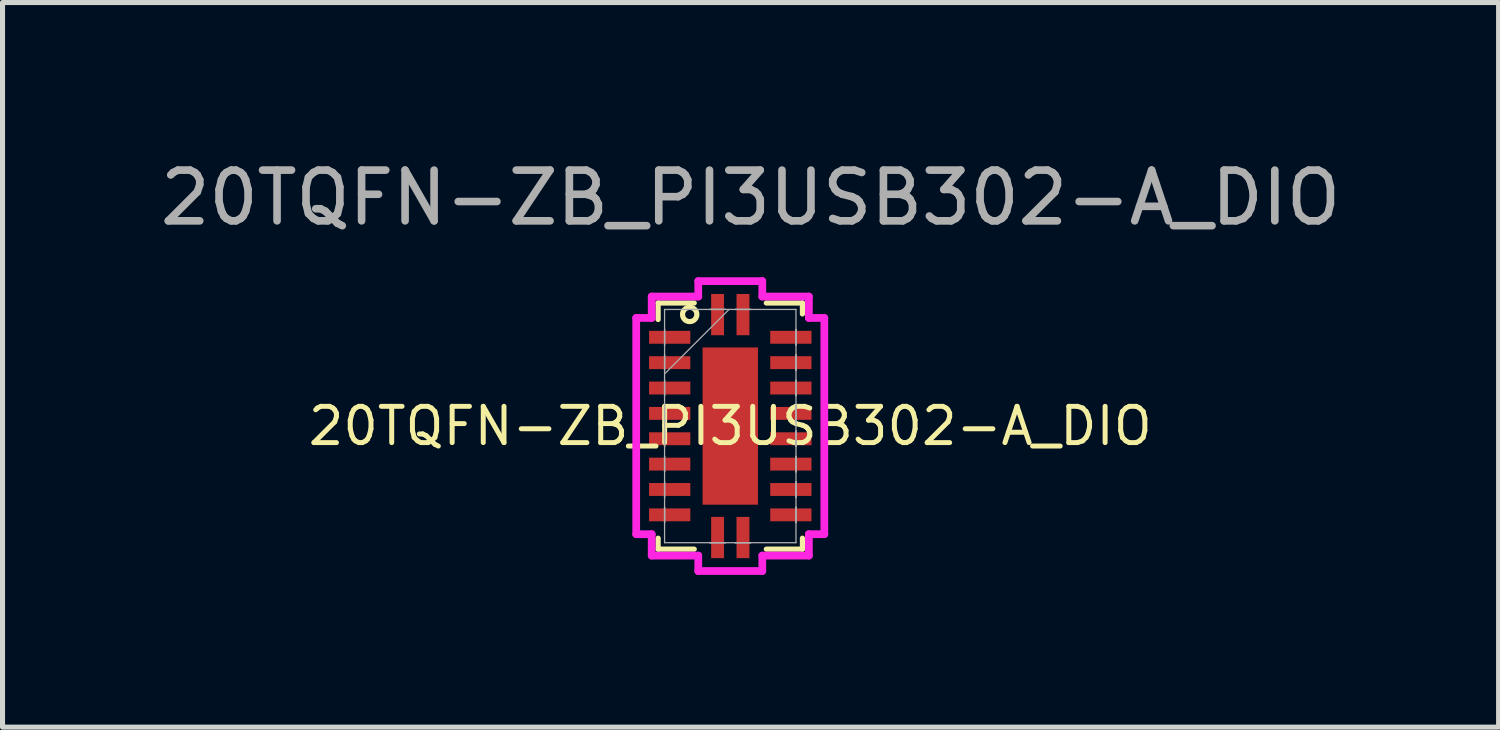
<source format=kicad_pcb>
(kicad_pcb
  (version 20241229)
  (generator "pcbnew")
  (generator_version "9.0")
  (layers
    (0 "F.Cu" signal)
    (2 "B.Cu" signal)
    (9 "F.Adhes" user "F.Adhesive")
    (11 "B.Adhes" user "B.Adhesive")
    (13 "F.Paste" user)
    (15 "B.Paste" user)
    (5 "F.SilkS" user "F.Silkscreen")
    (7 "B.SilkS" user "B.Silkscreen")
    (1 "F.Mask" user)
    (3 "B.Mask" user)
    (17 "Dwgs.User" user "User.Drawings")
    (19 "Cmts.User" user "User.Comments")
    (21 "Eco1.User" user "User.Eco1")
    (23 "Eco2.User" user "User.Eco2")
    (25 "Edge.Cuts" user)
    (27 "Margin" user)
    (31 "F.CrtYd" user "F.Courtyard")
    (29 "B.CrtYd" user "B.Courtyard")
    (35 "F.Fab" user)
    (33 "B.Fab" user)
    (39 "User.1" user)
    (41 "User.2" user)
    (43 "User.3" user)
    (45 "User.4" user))
  (footprint "20TQFN-ZB_PI3USB302-A_DIO"
    (layer "F.Cu")
    (at 11.344 5.348)
    (property "Reference" "20TQFN-ZB_PI3USB302-A_DIO" (at 0 0 0) (unlocked yes) (layer "F.SilkS") (effects (font (size 0.715 0.715) (thickness 0.098))))
    (attr smd)
    (fp_line (start -1.422 -2.426) (end -1.422 -2.1) (stroke (width 0.102) (type solid)) (layer "F.SilkS"))
    (fp_line (start -1.422 2.21) (end -1.422 2.426) (stroke (width 0.102) (type solid)) (layer "F.SilkS"))
    (fp_line (start -1.422 2.426) (end -0.71 2.426) (stroke (width 0.102) (type solid)) (layer "F.SilkS"))
    (fp_line (start -0.71 -2.426) (end -1.422 -2.426) (stroke (width 0.102) (type solid)) (layer "F.SilkS"))
    (fp_line (start 0.71 2.426) (end 1.422 2.426) (stroke (width 0.102) (type solid)) (layer "F.SilkS"))
    (fp_line (start 1.422 -2.426) (end 0.71 -2.426) (stroke (width 0.102) (type solid)) (layer "F.SilkS"))
    (fp_line (start 1.422 -2.21) (end 1.422 -2.426) (stroke (width 0.102) (type solid)) (layer "F.SilkS"))
    (fp_line (start 1.422 2.426) (end 1.422 2.21) (stroke (width 0.102) (type solid)) (layer "F.SilkS"))
    (fp_circle (center -0.8 -2.2) (end -0.659 -2.2) (stroke (width 0.102) (type default)) (fill no) (layer "F.SilkS"))
    (fp_line (start -1.854 -2.131) (end -1.549 -2.131) (stroke (width 0.152) (type solid)) (layer "F.CrtYd"))
    (fp_line (start -1.854 2.131) (end -1.854 -2.131) (stroke (width 0.152) (type solid)) (layer "F.CrtYd"))
    (fp_line (start -1.549 -2.553) (end -0.631 -2.553) (stroke (width 0.152) (type solid)) (layer "F.CrtYd"))
    (fp_line (start -1.549 -2.131) (end -1.549 -2.553) (stroke (width 0.152) (type solid)) (layer "F.CrtYd"))
    (fp_line (start -1.549 2.131) (end -1.854 2.131) (stroke (width 0.152) (type solid)) (layer "F.CrtYd"))
    (fp_line (start -1.549 2.553) (end -1.549 2.131) (stroke (width 0.152) (type solid)) (layer "F.CrtYd"))
    (fp_line (start -0.631 -2.857) (end 0.631 -2.857) (stroke (width 0.152) (type solid)) (layer "F.CrtYd"))
    (fp_line (start -0.631 -2.553) (end -0.631 -2.857) (stroke (width 0.152) (type solid)) (layer "F.CrtYd"))
    (fp_line (start -0.631 2.553) (end -1.549 2.553) (stroke (width 0.152) (type solid)) (layer "F.CrtYd"))
    (fp_line (start -0.631 2.857) (end -0.631 2.553) (stroke (width 0.152) (type solid)) (layer "F.CrtYd"))
    (fp_line (start 0.631 -2.857) (end 0.631 -2.553) (stroke (width 0.152) (type solid)) (layer "F.CrtYd"))
    (fp_line (start 0.631 -2.553) (end 1.549 -2.553) (stroke (width 0.152) (type solid)) (layer "F.CrtYd"))
    (fp_line (start 0.631 2.553) (end 0.631 2.857) (stroke (width 0.152) (type solid)) (layer "F.CrtYd"))
    (fp_line (start 0.631 2.857) (end -0.631 2.857) (stroke (width 0.152) (type solid)) (layer "F.CrtYd"))
    (fp_line (start 1.549 -2.553) (end 1.549 -2.131) (stroke (width 0.152) (type solid)) (layer "F.CrtYd"))
    (fp_line (start 1.549 -2.131) (end 1.854 -2.131) (stroke (width 0.152) (type solid)) (layer "F.CrtYd"))
    (fp_line (start 1.549 2.131) (end 1.549 2.553) (stroke (width 0.152) (type solid)) (layer "F.CrtYd"))
    (fp_line (start 1.549 2.553) (end 0.631 2.553) (stroke (width 0.152) (type solid)) (layer "F.CrtYd"))
    (fp_line (start 1.854 -2.131) (end 1.854 2.131) (stroke (width 0.152) (type solid)) (layer "F.CrtYd"))
    (fp_line (start 1.854 2.131) (end 1.549 2.131) (stroke (width 0.152) (type solid)) (layer "F.CrtYd"))
    (fp_line (start -1.295 -2.299) (end -1.295 2.299) (stroke (width 0.025) (type solid)) (layer "F.Fab"))
    (fp_line (start -1.295 -1.902) (end -1.295 -1.902) (stroke (width 0.025) (type solid)) (layer "F.Fab"))
    (fp_line (start -1.295 -1.902) (end -1.295 -1.598) (stroke (width 0.025) (type solid)) (layer "F.Fab"))
    (fp_line (start -1.295 -1.598) (end -1.295 -1.902) (stroke (width 0.025) (type solid)) (layer "F.Fab"))
    (fp_line (start -1.295 -1.598) (end -1.295 -1.598) (stroke (width 0.025) (type solid)) (layer "F.Fab"))
    (fp_line (start -1.295 -1.402) (end -1.295 -1.402) (stroke (width 0.025) (type solid)) (layer "F.Fab"))
    (fp_line (start -1.295 -1.402) (end -1.295 -1.098) (stroke (width 0.025) (type solid)) (layer "F.Fab"))
    (fp_line (start -1.295 -1.098) (end -1.295 -1.402) (stroke (width 0.025) (type solid)) (layer "F.Fab"))
    (fp_line (start -1.295 -1.098) (end -1.295 -1.098) (stroke (width 0.025) (type solid)) (layer "F.Fab"))
    (fp_line (start -1.295 -1.029) (end -0.025 -2.299) (stroke (width 0.025) (type solid)) (layer "F.Fab"))
    (fp_line (start -1.295 -0.902) (end -1.295 -0.902) (stroke (width 0.025) (type solid)) (layer "F.Fab"))
    (fp_line (start -1.295 -0.902) (end -1.295 -0.598) (stroke (width 0.025) (type solid)) (layer "F.Fab"))
    (fp_line (start -1.295 -0.598) (end -1.295 -0.902) (stroke (width 0.025) (type solid)) (layer "F.Fab"))
    (fp_line (start -1.295 -0.598) (end -1.295 -0.598) (stroke (width 0.025) (type solid)) (layer "F.Fab"))
    (fp_line (start -1.295 -0.402) (end -1.295 -0.402) (stroke (width 0.025) (type solid)) (layer "F.Fab"))
    (fp_line (start -1.295 -0.402) (end -1.295 -0.098) (stroke (width 0.025) (type solid)) (layer "F.Fab"))
    (fp_line (start -1.295 -0.098) (end -1.295 -0.402) (stroke (width 0.025) (type solid)) (layer "F.Fab"))
    (fp_line (start -1.295 -0.098) (end -1.295 -0.098) (stroke (width 0.025) (type solid)) (layer "F.Fab"))
    (fp_line (start -1.295 0.098) (end -1.295 0.098) (stroke (width 0.025) (type solid)) (layer "F.Fab"))
    (fp_line (start -1.295 0.098) (end -1.295 0.402) (stroke (width 0.025) (type solid)) (layer "F.Fab"))
    (fp_line (start -1.295 0.402) (end -1.295 0.098) (stroke (width 0.025) (type solid)) (layer "F.Fab"))
    (fp_line (start -1.295 0.402) (end -1.295 0.402) (stroke (width 0.025) (type solid)) (layer "F.Fab"))
    (fp_line (start -1.295 0.598) (end -1.295 0.598) (stroke (width 0.025) (type solid)) (layer "F.Fab"))
    (fp_line (start -1.295 0.598) (end -1.295 0.902) (stroke (width 0.025) (type solid)) (layer "F.Fab"))
    (fp_line (start -1.295 0.902) (end -1.295 0.598) (stroke (width 0.025) (type solid)) (layer "F.Fab"))
    (fp_line (start -1.295 0.902) (end -1.295 0.902) (stroke (width 0.025) (type solid)) (layer "F.Fab"))
    (fp_line (start -1.295 1.098) (end -1.295 1.098) (stroke (width 0.025) (type solid)) (layer "F.Fab"))
    (fp_line (start -1.295 1.098) (end -1.295 1.402) (stroke (width 0.025) (type solid)) (layer "F.Fab"))
    (fp_line (start -1.295 1.402) (end -1.295 1.098) (stroke (width 0.025) (type solid)) (layer "F.Fab"))
    (fp_line (start -1.295 1.402) (end -1.295 1.402) (stroke (width 0.025) (type solid)) (layer "F.Fab"))
    (fp_line (start -1.295 1.598) (end -1.295 1.598) (stroke (width 0.025) (type solid)) (layer "F.Fab"))
    (fp_line (start -1.295 1.598) (end -1.295 1.902) (stroke (width 0.025) (type solid)) (layer "F.Fab"))
    (fp_line (start -1.295 1.902) (end -1.295 1.598) (stroke (width 0.025) (type solid)) (layer "F.Fab"))
    (fp_line (start -1.295 1.902) (end -1.295 1.902) (stroke (width 0.025) (type solid)) (layer "F.Fab"))
    (fp_line (start -1.295 2.299) (end 1.295 2.299) (stroke (width 0.025) (type solid)) (layer "F.Fab"))
    (fp_line (start -0.402 -2.299) (end -0.402 -2.299) (stroke (width 0.025) (type solid)) (layer "F.Fab"))
    (fp_line (start -0.402 -2.299) (end -0.098 -2.299) (stroke (width 0.025) (type solid)) (layer "F.Fab"))
    (fp_line (start -0.402 2.299) (end -0.402 2.299) (stroke (width 0.025) (type solid)) (layer "F.Fab"))
    (fp_line (start -0.402 2.299) (end -0.098 2.299) (stroke (width 0.025) (type solid)) (layer "F.Fab"))
    (fp_line (start -0.098 -2.299) (end -0.402 -2.299) (stroke (width 0.025) (type solid)) (layer "F.Fab"))
    (fp_line (start -0.098 -2.299) (end -0.098 -2.299) (stroke (width 0.025) (type solid)) (layer "F.Fab"))
    (fp_line (start -0.098 2.299) (end -0.402 2.299) (stroke (width 0.025) (type solid)) (layer "F.Fab"))
    (fp_line (start -0.098 2.299) (end -0.098 2.299) (stroke (width 0.025) (type solid)) (layer "F.Fab"))
    (fp_line (start 0.098 -2.299) (end 0.098 -2.299) (stroke (width 0.025) (type solid)) (layer "F.Fab"))
    (fp_line (start 0.098 -2.299) (end 0.402 -2.299) (stroke (width 0.025) (type solid)) (layer "F.Fab"))
    (fp_line (start 0.098 2.299) (end 0.098 2.299) (stroke (width 0.025) (type solid)) (layer "F.Fab"))
    (fp_line (start 0.098 2.299) (end 0.402 2.299) (stroke (width 0.025) (type solid)) (layer "F.Fab"))
    (fp_line (start 0.402 -2.299) (end 0.098 -2.299) (stroke (width 0.025) (type solid)) (layer "F.Fab"))
    (fp_line (start 0.402 -2.299) (end 0.402 -2.299) (stroke (width 0.025) (type solid)) (layer "F.Fab"))
    (fp_line (start 0.402 2.299) (end 0.098 2.299) (stroke (width 0.025) (type solid)) (layer "F.Fab"))
    (fp_line (start 0.402 2.299) (end 0.402 2.299) (stroke (width 0.025) (type solid)) (layer "F.Fab"))
    (fp_line (start 1.295 -2.299) (end -1.295 -2.299) (stroke (width 0.025) (type solid)) (layer "F.Fab"))
    (fp_line (start 1.295 -1.902) (end 1.295 -1.902) (stroke (width 0.025) (type solid)) (layer "F.Fab"))
    (fp_line (start 1.295 -1.902) (end 1.295 -1.598) (stroke (width 0.025) (type solid)) (layer "F.Fab"))
    (fp_line (start 1.295 -1.598) (end 1.295 -1.902) (stroke (width 0.025) (type solid)) (layer "F.Fab"))
    (fp_line (start 1.295 -1.598) (end 1.295 -1.598) (stroke (width 0.025) (type solid)) (layer "F.Fab"))
    (fp_line (start 1.295 -1.402) (end 1.295 -1.402) (stroke (width 0.025) (type solid)) (layer "F.Fab"))
    (fp_line (start 1.295 -1.402) (end 1.295 -1.098) (stroke (width 0.025) (type solid)) (layer "F.Fab"))
    (fp_line (start 1.295 -1.098) (end 1.295 -1.402) (stroke (width 0.025) (type solid)) (layer "F.Fab"))
    (fp_line (start 1.295 -1.098) (end 1.295 -1.098) (stroke (width 0.025) (type solid)) (layer "F.Fab"))
    (fp_line (start 1.295 -0.902) (end 1.295 -0.902) (stroke (width 0.025) (type solid)) (layer "F.Fab"))
    (fp_line (start 1.295 -0.902) (end 1.295 -0.598) (stroke (width 0.025) (type solid)) (layer "F.Fab"))
    (fp_line (start 1.295 -0.598) (end 1.295 -0.902) (stroke (width 0.025) (type solid)) (layer "F.Fab"))
    (fp_line (start 1.295 -0.598) (end 1.295 -0.598) (stroke (width 0.025) (type solid)) (layer "F.Fab"))
    (fp_line (start 1.295 -0.402) (end 1.295 -0.402) (stroke (width 0.025) (type solid)) (layer "F.Fab"))
    (fp_line (start 1.295 -0.402) (end 1.295 -0.098) (stroke (width 0.025) (type solid)) (layer "F.Fab"))
    (fp_line (start 1.295 -0.098) (end 1.295 -0.402) (stroke (width 0.025) (type solid)) (layer "F.Fab"))
    (fp_line (start 1.295 -0.098) (end 1.295 -0.098) (stroke (width 0.025) (type solid)) (layer "F.Fab"))
    (fp_line (start 1.295 0.098) (end 1.295 0.098) (stroke (width 0.025) (type solid)) (layer "F.Fab"))
    (fp_line (start 1.295 0.098) (end 1.295 0.402) (stroke (width 0.025) (type solid)) (layer "F.Fab"))
    (fp_line (start 1.295 0.402) (end 1.295 0.098) (stroke (width 0.025) (type solid)) (layer "F.Fab"))
    (fp_line (start 1.295 0.402) (end 1.295 0.402) (stroke (width 0.025) (type solid)) (layer "F.Fab"))
    (fp_line (start 1.295 0.598) (end 1.295 0.598) (stroke (width 0.025) (type solid)) (layer "F.Fab"))
    (fp_line (start 1.295 0.598) (end 1.295 0.902) (stroke (width 0.025) (type solid)) (layer "F.Fab"))
    (fp_line (start 1.295 0.902) (end 1.295 0.598) (stroke (width 0.025) (type solid)) (layer "F.Fab"))
    (fp_line (start 1.295 0.902) (end 1.295 0.902) (stroke (width 0.025) (type solid)) (layer "F.Fab"))
    (fp_line (start 1.295 1.098) (end 1.295 1.098) (stroke (width 0.025) (type solid)) (layer "F.Fab"))
    (fp_line (start 1.295 1.098) (end 1.295 1.402) (stroke (width 0.025) (type solid)) (layer "F.Fab"))
    (fp_line (start 1.295 1.402) (end 1.295 1.098) (stroke (width 0.025) (type solid)) (layer "F.Fab"))
    (fp_line (start 1.295 1.402) (end 1.295 1.402) (stroke (width 0.025) (type solid)) (layer "F.Fab"))
    (fp_line (start 1.295 1.598) (end 1.295 1.598) (stroke (width 0.025) (type solid)) (layer "F.Fab"))
    (fp_line (start 1.295 1.598) (end 1.295 1.902) (stroke (width 0.025) (type solid)) (layer "F.Fab"))
    (fp_line (start 1.295 1.902) (end 1.295 1.598) (stroke (width 0.025) (type solid)) (layer "F.Fab"))
    (fp_line (start 1.295 1.902) (end 1.295 1.902) (stroke (width 0.025) (type solid)) (layer "F.Fab"))
    (fp_line (start 1.295 2.299) (end 1.295 -2.299) (stroke (width 0.025) (type solid)) (layer "F.Fab"))
    (fp_text user "${REFERENCE}" (at 0.4 -4.5 0) (unlocked yes) (layer "F.Fab") (effects (font (size 1 1) (thickness 0.15))))
    (pad "1" smd rect (at -0.25 -2.197) (size 0.254 0.813) (layers "F.Cu" "F.Mask" "F.Paste"))
    (pad "2" smd rect (at -1.194 -1.75 90) (size 0.254 0.813) (layers "F.Cu" "F.Mask" "F.Paste"))
    (pad "3" smd rect (at -1.194 -1.25 90) (size 0.254 0.813) (layers "F.Cu" "F.Mask" "F.Paste"))
    (pad "4" smd rect (at -1.194 -0.75 90) (size 0.254 0.813) (layers "F.Cu" "F.Mask" "F.Paste"))
    (pad "5" smd rect (at -1.194 -0.25 90) (size 0.254 0.813) (layers "F.Cu" "F.Mask" "F.Paste"))
    (pad "6" smd rect (at -1.194 0.25 90) (size 0.254 0.813) (layers "F.Cu" "F.Mask" "F.Paste"))
    (pad "7" smd rect (at -1.194 0.75 90) (size 0.254 0.813) (layers "F.Cu" "F.Mask" "F.Paste"))
    (pad "8" smd rect (at -1.194 1.25 90) (size 0.254 0.813) (layers "F.Cu" "F.Mask" "F.Paste"))
    (pad "9" smd rect (at -1.194 1.75 90) (size 0.254 0.813) (layers "F.Cu" "F.Mask" "F.Paste"))
    (pad "10" smd rect (at -0.25 2.197) (size 0.254 0.813) (layers "F.Cu" "F.Mask" "F.Paste"))
    (pad "11" smd rect (at 0.25 2.197) (size 0.254 0.813) (layers "F.Cu" "F.Mask" "F.Paste"))
    (pad "12" smd rect (at 1.194 1.75 90) (size 0.254 0.813) (layers "F.Cu" "F.Mask" "F.Paste"))
    (pad "13" smd rect (at 1.194 1.25 90) (size 0.254 0.813) (layers "F.Cu" "F.Mask" "F.Paste"))
    (pad "14" smd rect (at 1.194 0.75 90) (size 0.254 0.813) (layers "F.Cu" "F.Mask" "F.Paste"))
    (pad "15" smd rect (at 1.194 0.25 90) (size 0.254 0.813) (layers "F.Cu" "F.Mask" "F.Paste"))
    (pad "16" smd rect (at 1.194 -0.25 90) (size 0.254 0.813) (layers "F.Cu" "F.Mask" "F.Paste"))
    (pad "17" smd rect (at 1.194 -0.75 90) (size 0.254 0.813) (layers "F.Cu" "F.Mask" "F.Paste"))
    (pad "18" smd rect (at 1.194 -1.25 90) (size 0.254 0.813) (layers "F.Cu" "F.Mask" "F.Paste"))
    (pad "19" smd rect (at 1.194 -1.75 90) (size 0.254 0.813) (layers "F.Cu" "F.Mask" "F.Paste"))
    (pad "20" smd rect (at 0.25 -2.197) (size 0.254 0.813) (layers "F.Cu" "F.Mask" "F.Paste"))
    (pad "21" smd rect (at 0 0) (size 1.092 3.099) (layers "F.Cu" "F.Mask" "F.Paste")))
  (gr_rect
    (start -3 -3)
    (end 26.488 11.282)
    (stroke (width 0.1) (type default))
    (fill no)
    (layer "Edge.Cuts")))
</source>
